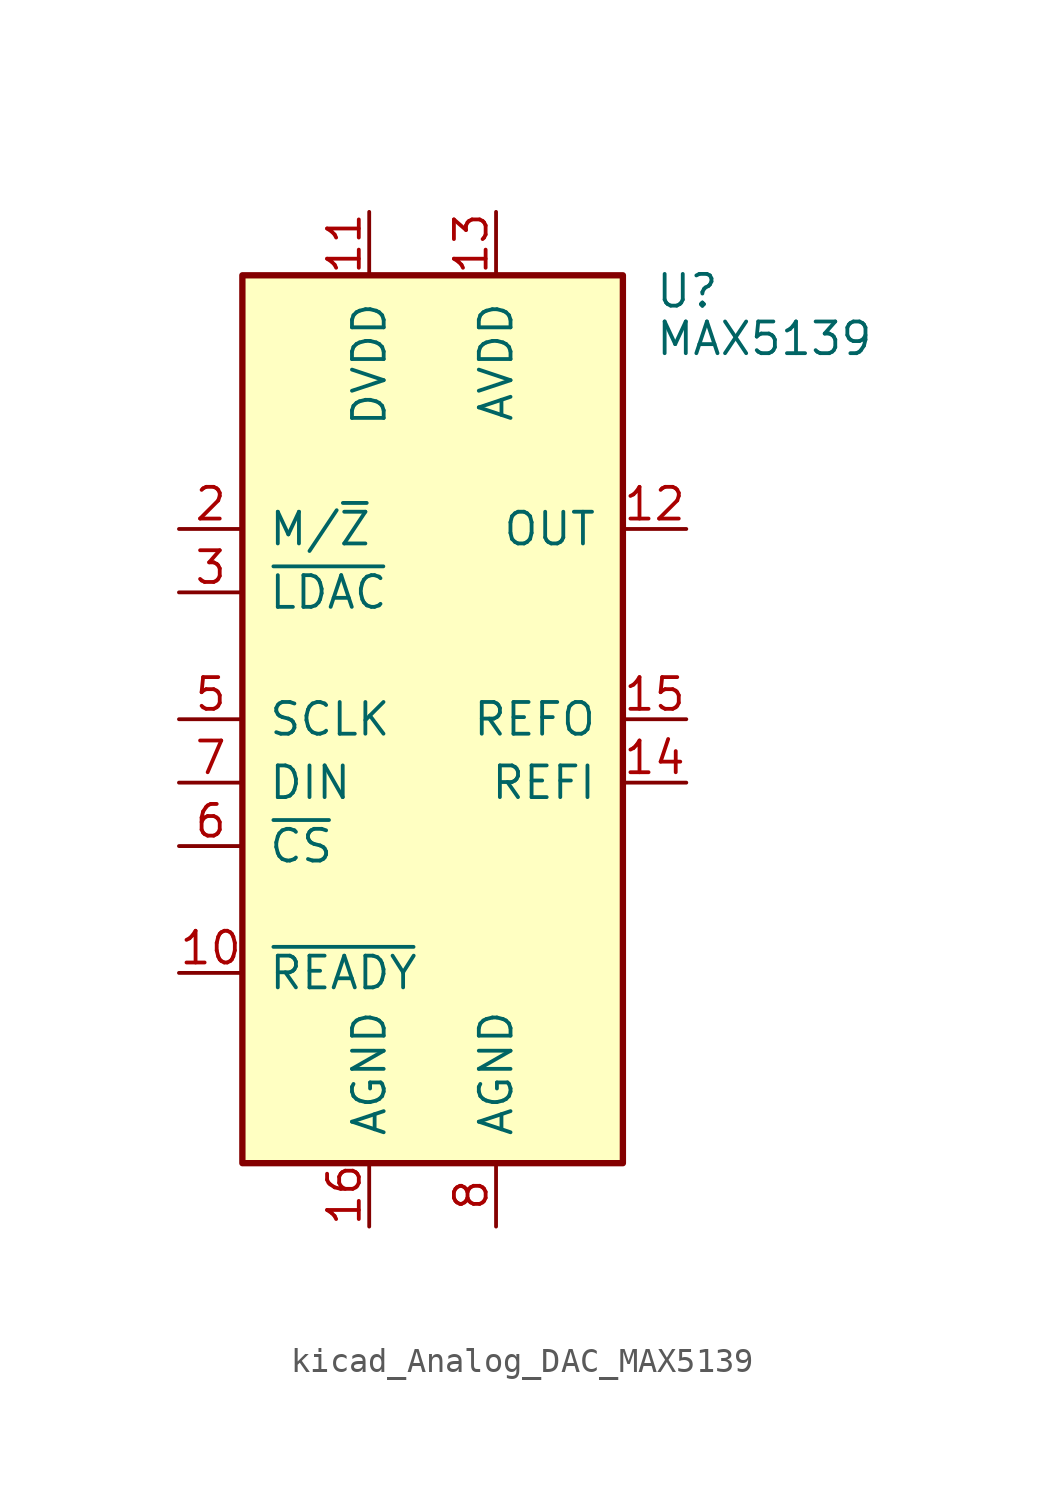
<source format=kicad_sym>
(kicad_symbol_lib
  (version 20220914)
  (generator kicad_symbol_editor)
  (symbol "kicad_Analog_DAC_MAX5139"
    (pin_names
      (offset 1.016))
    (property "Reference" "U"
      (at 8.89 17.145 0)
      (effects (font (size 1.27 1.27)) (justify left)))
    (property "Value" "MAX5139"
      (at 8.89 15.24 0)
      (effects (font (size 1.27 1.27)) (justify left)))
    (symbol "kicad_Analog_DAC_MAX5139_0_1"
      (rectangle (start -7.62 17.78) (end 7.62 -17.78) (stroke (width 0.254) (type default)) (fill (type background))))
    (symbol "kicad_Analog_DAC_MAX5139_1_1"
      (pin no_connect line (at 7.62 -10.16 180) (length 2.54) hide (name "NC" (effects (font (size 1.27 1.27)))) (number "1" (effects (font (size 1.27 1.27)))))
      (pin output line (at -10.16 -10.16 0) (length 2.54) (name "~{READY}" (effects (font (size 1.27 1.27)))) (number "10" (effects (font (size 1.27 1.27)))))
      (pin power_in line (at -2.54 20.32 270) (length 2.54) (name "DVDD" (effects (font (size 1.27 1.27)))) (number "11" (effects (font (size 1.27 1.27)))))
      (pin output line (at 10.16 7.62 180) (length 2.54) (name "OUT" (effects (font (size 1.27 1.27)))) (number "12" (effects (font (size 1.27 1.27)))))
      (pin power_in line (at 2.54 20.32 270) (length 2.54) (name "AVDD" (effects (font (size 1.27 1.27)))) (number "13" (effects (font (size 1.27 1.27)))))
      (pin input line (at 10.16 -2.54 180) (length 2.54) (name "REFI" (effects (font (size 1.27 1.27)))) (number "14" (effects (font (size 1.27 1.27)))))
      (pin output line (at 10.16 0 180) (length 2.54) (name "REFO" (effects (font (size 1.27 1.27)))) (number "15" (effects (font (size 1.27 1.27)))))
      (pin power_in line (at -2.54 -20.32 90) (length 2.54) (name "AGND" (effects (font (size 1.27 1.27)))) (number "16" (effects (font (size 1.27 1.27)))))
      (pin input line (at -10.16 7.62 0) (length 2.54) (name "M/~{Z}" (effects (font (size 1.27 1.27)))) (number "2" (effects (font (size 1.27 1.27)))))
      (pin input line (at -10.16 5.08 0) (length 2.54) (name "~{LDAC}" (effects (font (size 1.27 1.27)))) (number "3" (effects (font (size 1.27 1.27)))))
      (pin no_connect line (at 7.62 -7.62 180) (length 2.54) hide (name "NC" (effects (font (size 1.27 1.27)))) (number "4" (effects (font (size 1.27 1.27)))))
      (pin input line (at -10.16 0 0) (length 2.54) (name "SCLK" (effects (font (size 1.27 1.27)))) (number "5" (effects (font (size 1.27 1.27)))))
      (pin input line (at -10.16 -5.08 0) (length 2.54) (name "~{CS}" (effects (font (size 1.27 1.27)))) (number "6" (effects (font (size 1.27 1.27)))))
      (pin input line (at -10.16 -2.54 0) (length 2.54) (name "DIN" (effects (font (size 1.27 1.27)))) (number "7" (effects (font (size 1.27 1.27)))))
      (pin power_in line (at 2.54 -20.32 90) (length 2.54) (name "AGND" (effects (font (size 1.27 1.27)))) (number "8" (effects (font (size 1.27 1.27)))))
      (pin no_connect line (at 7.62 -5.08 180) (length 2.54) hide (name "NC" (effects (font (size 1.27 1.27)))) (number "9" (effects (font (size 1.27 1.27))))))))
</source>
